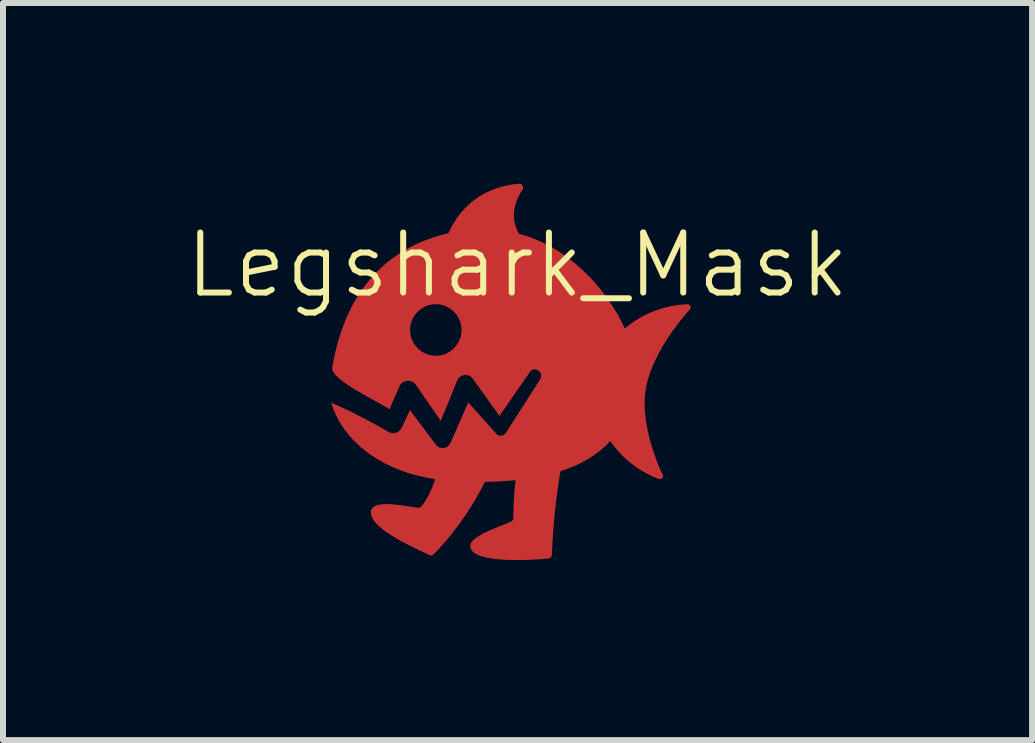
<source format=kicad_pcb>
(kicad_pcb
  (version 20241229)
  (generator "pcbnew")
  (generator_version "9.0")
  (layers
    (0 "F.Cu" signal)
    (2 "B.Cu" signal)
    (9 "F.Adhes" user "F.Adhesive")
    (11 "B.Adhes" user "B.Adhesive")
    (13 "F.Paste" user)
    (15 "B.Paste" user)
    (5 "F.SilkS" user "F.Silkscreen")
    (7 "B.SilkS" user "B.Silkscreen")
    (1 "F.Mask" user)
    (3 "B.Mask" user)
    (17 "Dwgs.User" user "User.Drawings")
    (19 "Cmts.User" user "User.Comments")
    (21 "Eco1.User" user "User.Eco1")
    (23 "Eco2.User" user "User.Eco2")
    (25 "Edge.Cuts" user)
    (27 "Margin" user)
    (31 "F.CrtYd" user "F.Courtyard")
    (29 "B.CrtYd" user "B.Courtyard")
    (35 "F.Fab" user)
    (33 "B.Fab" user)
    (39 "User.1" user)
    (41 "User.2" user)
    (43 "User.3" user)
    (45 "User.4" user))
  (footprint "Legshark_Mask"
    (layer "F.Cu")
    (at 5.153 3.346)
    (property "Reference" "Legshark_Mask" (at 0.42 -1.979 0) (unlocked yes) (layer "F.SilkS") (effects (font (size 1 1) (thickness 0.1))))
    (fp_poly (pts (xy 3.252 -1.326) (xy 3.256 -1.326) (xy 3.26 -1.325) (xy 3.264 -1.324) (xy 3.268 -1.323) (xy 3.271 -1.322) (xy 3.275 -1.32) (xy 3.278 -1.319) (xy 3.281 -1.317) (xy 3.284 -1.315) (xy 3.287 -1.313) (xy 3.29 -1.31) (xy 3.292 -1.308) (xy 3.295 -1.305) (xy 3.297 -1.302) (xy 3.299 -1.299) (xy 3.301 -1.296) (xy 3.302 -1.293) (xy 3.304 -1.29) (xy 3.305 -1.287) (xy 3.306 -1.284) (xy 3.307 -1.28) (xy 3.307 -1.277) (xy 3.307 -1.273) (xy 3.307 -1.27) (xy 3.307 -1.266) (xy 3.306 -1.263) (xy 3.305 -1.259) (xy 3.304 -1.256) (xy 3.303 -1.252) (xy 3.301 -1.249) (xy 3.301 -1.249) (xy 3.204 -1.139) (xy 3.102 -1.012) (xy 2.982 -0.847) (xy 2.918 -0.753) (xy 2.855 -0.652) (xy 2.793 -0.545) (xy 2.734 -0.432) (xy 2.681 -0.316) (xy 2.633 -0.197) (xy 2.594 -0.075) (xy 2.564 0.048) (xy 2.554 0.11) (xy 2.546 0.173) (xy 2.541 0.237) (xy 2.539 0.301) (xy 2.539 0.365) (xy 2.542 0.429) (xy 2.547 0.493) (xy 2.553 0.557) (xy 2.562 0.62) (xy 2.572 0.683) (xy 2.596 0.805) (xy 2.624 0.923) (xy 2.656 1.035) (xy 2.689 1.138) (xy 2.722 1.233) (xy 2.753 1.317) (xy 2.782 1.389) (xy 2.827 1.491) (xy 2.845 1.527) (xy 2.845 1.531) (xy 2.845 1.535) (xy 2.845 1.539) (xy 2.845 1.542) (xy 2.845 1.546) (xy 2.844 1.549) (xy 2.843 1.552) (xy 2.842 1.556) (xy 2.84 1.559) (xy 2.838 1.562) (xy 2.836 1.565) (xy 2.834 1.567) (xy 2.832 1.57) (xy 2.83 1.572) (xy 2.827 1.575) (xy 2.824 1.577) (xy 2.821 1.579) (xy 2.818 1.581) (xy 2.815 1.582) (xy 2.811 1.584) (xy 2.808 1.585) (xy 2.804 1.586) (xy 2.801 1.587) (xy 2.797 1.587) (xy 2.793 1.588) (xy 2.789 1.588) (xy 2.785 1.588) (xy 2.782 1.587) (xy 2.778 1.587) (xy 2.774 1.586) (xy 2.77 1.585) (xy 2.766 1.583) (xy 2.637 1.528) (xy 2.515 1.463) (xy 2.4 1.39) (xy 2.292 1.309) (xy 2.192 1.22) (xy 2.1 1.125) (xy 2.016 1.024) (xy 1.942 0.917) (xy 1.878 0.805) (xy 1.823 0.689) (xy 1.8 0.629) (xy 1.779 0.569) (xy 1.761 0.507) (xy 1.746 0.445) (xy 1.733 0.382) (xy 1.724 0.318) (xy 1.717 0.254) (xy 1.714 0.189) (xy 1.713 0.124) (xy 1.716 0.058) (xy 1.721 -0.008) (xy 1.73 -0.074) (xy 1.742 -0.14) (xy 1.758 -0.205) (xy 1.776 -0.268) (xy 1.797 -0.33) (xy 1.821 -0.391) (xy 1.847 -0.451) (xy 1.876 -0.508) (xy 1.908 -0.565) (xy 1.942 -0.619) (xy 1.979 -0.672) (xy 2.018 -0.724) (xy 2.059 -0.773) (xy 2.148 -0.867) (xy 2.246 -0.954) (xy 2.35 -1.032) (xy 2.462 -1.102) (xy 2.58 -1.164) (xy 2.704 -1.216) (xy 2.833 -1.259) (xy 2.966 -1.292) (xy 3.103 -1.315) (xy 3.244 -1.327) (xy 3.248 -1.327)) (stroke (width 0) (type solid)) (fill yes) (layer "F.Cu"))
    (fp_poly (pts (xy 0.456 -3.334) (xy 0.461 -3.334) (xy 0.465 -3.333) (xy 0.469 -3.332) (xy 0.474 -3.33) (xy 0.478 -3.328) (xy 0.481 -3.326) (xy 0.485 -3.324) (xy 0.488 -3.321) (xy 0.492 -3.319) (xy 0.495 -3.316) (xy 0.497 -3.313) (xy 0.5 -3.309) (xy 0.502 -3.306) (xy 0.505 -3.302) (xy 0.507 -3.298) (xy 0.508 -3.294) (xy 0.51 -3.29) (xy 0.511 -3.286) (xy 0.512 -3.282) (xy 0.512 -3.278) (xy 0.513 -3.273) (xy 0.513 -3.269) (xy 0.513 -3.264) (xy 0.512 -3.26) (xy 0.511 -3.255) (xy 0.51 -3.251) (xy 0.508 -3.247) (xy 0.507 -3.242) (xy 0.504 -3.238) (xy 0.502 -3.234) (xy 0.483 -3.205) (xy 0.464 -3.173) (xy 0.446 -3.138) (xy 0.428 -3.1) (xy 0.411 -3.06) (xy 0.396 -3.017) (xy 0.383 -2.973) (xy 0.372 -2.927) (xy 0.365 -2.878) (xy 0.361 -2.829) (xy 0.362 -2.778) (xy 0.364 -2.752) (xy 0.367 -2.725) (xy 0.371 -2.699) (xy 0.377 -2.672) (xy 0.384 -2.645) (xy 0.392 -2.618) (xy 0.402 -2.59) (xy 0.414 -2.563) (xy 0.427 -2.535) (xy 0.442 -2.507) (xy 0.443 -2.506) (xy 0.443 -2.505) (xy 0.444 -2.504) (xy 0.445 -2.503) (xy 0.445 -2.502) (xy 0.446 -2.5) (xy 0.446 -2.499) (xy 0.447 -2.498) (xy 0.519 -2.479) (xy 0.59 -2.457) (xy 0.732 -2.404) (xy 0.871 -2.341) (xy 1.006 -2.268) (xy 1.139 -2.186) (xy 1.267 -2.095) (xy 1.391 -1.997) (xy 1.51 -1.891) (xy 1.623 -1.78) (xy 1.731 -1.662) (xy 1.832 -1.539) (xy 1.927 -1.412) (xy 2.014 -1.281) (xy 2.094 -1.148) (xy 2.166 -1.012) (xy 2.229 -0.874) (xy 2.23 -0.874) (xy 2.188 0.618) (xy 2.149 0.694) (xy 2.106 0.767) (xy 2.059 0.837) (xy 2.008 0.903) (xy 1.954 0.966) (xy 1.896 1.026) (xy 1.834 1.082) (xy 1.769 1.136) (xy 1.7 1.186) (xy 1.629 1.233) (xy 1.554 1.277) (xy 1.476 1.319) (xy 1.396 1.357) (xy 1.312 1.393) (xy 1.226 1.426) (xy 1.137 1.456) (xy 1.118 1.566) (xy 1.101 1.677) (xy 1.071 1.894) (xy 1.047 2.103) (xy 1.028 2.299) (xy 1.014 2.476) (xy 1.004 2.629) (xy 0.994 2.846) (xy 0.994 2.849) (xy 0.993 2.853) (xy 0.993 2.856) (xy 0.992 2.859) (xy 0.991 2.862) (xy 0.99 2.866) (xy 0.989 2.869) (xy 0.988 2.872) (xy 0.987 2.875) (xy 0.985 2.877) (xy 0.984 2.88) (xy 0.982 2.883) (xy 0.98 2.885) (xy 0.978 2.888) (xy 0.976 2.89) (xy 0.974 2.892) (xy 0.972 2.895) (xy 0.97 2.897) (xy 0.967 2.899) (xy 0.965 2.9) (xy 0.962 2.902) (xy 0.959 2.904) (xy 0.957 2.905) (xy 0.954 2.906) (xy 0.951 2.908) (xy 0.948 2.909) (xy 0.945 2.91) (xy 0.942 2.91) (xy 0.939 2.911) (xy 0.936 2.911) (xy 0.932 2.912) (xy 0.929 2.912) (xy 0.75 2.926) (xy 0.563 2.934) (xy 0.345 2.936) (xy 0.232 2.933) (xy 0.12 2.926) (xy 0.012 2.914) (xy -0.088 2.897) (xy -0.178 2.874) (xy -0.218 2.859) (xy -0.254 2.843) (xy -0.285 2.826) (xy -0.313 2.806) (xy -0.335 2.784) (xy -0.352 2.76) (xy -0.36 2.743) (xy -0.365 2.726) (xy -0.367 2.709) (xy -0.366 2.693) (xy -0.363 2.676) (xy -0.357 2.66) (xy -0.348 2.644) (xy -0.338 2.629) (xy -0.325 2.613) (xy -0.31 2.598) (xy -0.274 2.568) (xy -0.231 2.539) (xy -0.183 2.51) (xy -0.129 2.482) (xy -0.072 2.455) (xy 0.049 2.403) (xy 0.293 2.304) (xy 0.299 2.302) (xy 0.305 2.299) (xy 0.311 2.296) (xy 0.316 2.293) (xy 0.321 2.29) (xy 0.326 2.286) (xy 0.331 2.282) (xy 0.336 2.278) (xy 0.338 2.276) (xy 0.34 2.274) (xy 0.341 2.272) (xy 0.343 2.269) (xy 0.345 2.267) (xy 0.346 2.264) (xy 0.347 2.262) (xy 0.349 2.259) (xy 0.35 2.256) (xy 0.351 2.254) (xy 0.351 2.251) (xy 0.352 2.248) (xy 0.353 2.245) (xy 0.353 2.241) (xy 0.353 2.238) (xy 0.353 2.235) (xy 0.352 2.17) (xy 0.353 2.101) (xy 0.355 2.027) (xy 0.359 1.949) (xy 0.364 1.867) (xy 0.37 1.782) (xy 0.387 1.605) (xy 0.325 1.611) (xy 0.263 1.616) (xy 0.2 1.621) (xy 0.136 1.625) (xy 0.008 1.63) (xy -0.122 1.634) (xy -0.185 1.756) (xy -0.25 1.872) (xy -0.315 1.983) (xy -0.381 2.088) (xy -0.446 2.186) (xy -0.51 2.279) (xy -0.572 2.365) (xy -0.633 2.445) (xy -0.69 2.519) (xy -0.745 2.586) (xy -0.796 2.646) (xy -0.843 2.699) (xy -0.923 2.786) (xy -0.98 2.843) (xy -0.983 2.847) (xy -0.987 2.85) (xy -0.991 2.853) (xy -0.996 2.855) (xy -1 2.857) (xy -1.005 2.859) (xy -1.009 2.86) (xy -1.014 2.861) (xy -1.019 2.861) (xy -1.023 2.861) (xy -1.028 2.861) (xy -1.033 2.86) (xy -1.038 2.859) (xy -1.042 2.858) (xy -1.047 2.856) (xy -1.051 2.854) (xy -1.143 2.808) (xy -1.277 2.744) (xy -1.437 2.664) (xy -1.522 2.619) (xy -1.606 2.571) (xy -1.688 2.521) (xy -1.766 2.469) (xy -1.838 2.415) (xy -1.871 2.388) (xy -1.901 2.361) (xy -1.928 2.333) (xy -1.953 2.305) (xy -1.974 2.277) (xy -1.992 2.249) (xy -2.006 2.221) (xy -2.016 2.194) (xy -2.022 2.166) (xy -2.023 2.138) (xy -2.021 2.119) (xy -2.016 2.102) (xy -2.009 2.087) (xy -2 2.073) (xy -1.989 2.06) (xy -1.975 2.049) (xy -1.959 2.04) (xy -1.942 2.031) (xy -1.923 2.024) (xy -1.902 2.018) (xy -1.857 2.01) (xy -1.806 2.005) (xy -1.75 2.004) (xy -1.691 2.006) (xy -1.63 2.011) (xy -1.503 2.025) (xy -1.256 2.063) (xy -1.251 2.064) (xy -1.246 2.064) (xy -1.241 2.065) (xy -1.236 2.065) (xy -1.231 2.065) (xy -1.226 2.065) (xy -1.222 2.064) (xy -1.217 2.064) (xy -1.213 2.063) (xy -1.208 2.061) (xy -1.206 2.061) (xy -1.204 2.06) (xy -1.202 2.059) (xy -1.2 2.058) (xy -1.198 2.056) (xy -1.196 2.055) (xy -1.194 2.054) (xy -1.192 2.052) (xy -1.19 2.051) (xy -1.189 2.049) (xy -1.187 2.047) (xy -1.185 2.045) (xy -1.166 2.022) (xy -1.148 1.997) (xy -1.13 1.972) (xy -1.113 1.946) (xy -1.097 1.919) (xy -1.081 1.892) (xy -1.066 1.864) (xy -1.051 1.835) (xy -1.037 1.805) (xy -1.023 1.776) (xy -0.997 1.714) (xy -0.974 1.652) (xy -0.952 1.588) (xy -1.102 1.562) (xy -1.25 1.529) (xy -1.394 1.488) (xy -1.534 1.439) (xy -1.67 1.383) (xy -1.8 1.32) (xy -1.924 1.249) (xy -1.984 1.211) (xy -2.042 1.171) (xy -2.099 1.13) (xy -2.153 1.087) (xy -2.206 1.042) (xy -2.257 0.995) (xy -2.305 0.947) (xy -2.352 0.897) (xy -2.396 0.846) (xy -2.438 0.793) (xy -2.478 0.738) (xy -2.515 0.682) (xy -2.55 0.625) (xy -2.582 0.566) (xy -2.612 0.505) (xy -2.639 0.443) (xy -2.663 0.38) (xy -2.684 0.315) (xy -2.602 0.35) (xy -2.519 0.387) (xy -2.435 0.426) (xy -2.351 0.467) (xy -2.189 0.548) (xy -2.04 0.627) (xy -1.912 0.697) (xy -1.81 0.753) (xy -1.721 0.804) (xy -1.705 0.811) (xy -1.698 0.814) (xy -1.691 0.816) (xy -1.684 0.818) (xy -1.677 0.819) (xy -1.67 0.821) (xy -1.663 0.821) (xy -1.655 0.822) (xy -1.648 0.822) (xy -1.641 0.822) (xy -1.634 0.821) (xy -1.627 0.821) (xy -1.62 0.819) (xy -1.613 0.818) (xy -1.607 0.816) (xy -1.6 0.814) (xy -1.593 0.811) (xy -1.587 0.809) (xy -1.58 0.806) (xy -1.574 0.802) (xy -1.568 0.798) (xy -1.562 0.794) (xy -1.556 0.79) (xy -1.551 0.786) (xy -1.545 0.781) (xy -1.54 0.776) (xy -1.535 0.77) (xy -1.531 0.765) (xy -1.526 0.759) (xy -1.522 0.752) (xy -1.518 0.746) (xy -1.514 0.739) (xy -1.51 0.732) (xy -1.371 0.437) (xy -0.941 1.013) (xy -0.936 1.019) (xy -0.931 1.025) (xy -0.926 1.031) (xy -0.92 1.036) (xy -0.914 1.041) (xy -0.908 1.045) (xy -0.902 1.049) (xy -0.895 1.053) (xy -0.888 1.056) (xy -0.882 1.059) (xy -0.875 1.062) (xy -0.868 1.064) (xy -0.86 1.066) (xy -0.853 1.067) (xy -0.846 1.068) (xy -0.839 1.069) (xy -0.833 1.069) (xy -0.828 1.069) (xy -0.822 1.069) (xy -0.817 1.069) (xy -0.811 1.068) (xy -0.806 1.068) (xy -0.801 1.067) (xy -0.795 1.066) (xy -0.79 1.064) (xy -0.785 1.063) (xy -0.78 1.061) (xy -0.774 1.059) (xy -0.769 1.057) (xy -0.764 1.055) (xy -0.759 1.053) (xy -0.755 1.05) (xy -0.75 1.047) (xy -0.745 1.044) (xy -0.741 1.041) (xy -0.736 1.037) (xy -0.732 1.034) (xy -0.728 1.03) (xy -0.724 1.026) (xy -0.72 1.022) (xy -0.716 1.018) (xy -0.713 1.013) (xy -0.709 1.008) (xy -0.706 1.003) (xy -0.703 0.998) (xy -0.7 0.993) (xy -0.698 0.988) (xy -0.695 0.982) (xy -0.529 0.603) (xy -0.4 0.309) (xy -0.059 0.691) (xy 0.058 0.823) (xy 0.063 0.828) (xy 0.066 0.832) (xy 0.069 0.835) (xy 0.072 0.838) (xy 0.076 0.841) (xy 0.079 0.844) (xy 0.083 0.846) (xy 0.086 0.849) (xy 0.09 0.851) (xy 0.098 0.855) (xy 0.106 0.858) (xy 0.114 0.86) (xy 0.122 0.862) (xy 0.13 0.863) (xy 0.139 0.863) (xy 0.147 0.863) (xy 0.155 0.862) (xy 0.164 0.861) (xy 0.172 0.859) (xy 0.18 0.856) (xy 0.187 0.852) (xy 0.191 0.85) (xy 0.195 0.848) (xy 0.199 0.846) (xy 0.203 0.843) (xy 0.207 0.84) (xy 0.21 0.837) (xy 0.214 0.834) (xy 0.217 0.831) (xy 0.22 0.828) (xy 0.223 0.824) (xy 0.226 0.821) (xy 0.229 0.817) (xy 0.231 0.813) (xy 0.234 0.808) (xy 0.236 0.804) (xy 0.238 0.799) (xy 0.804 -0.085) (xy 0.808 -0.097) (xy 0.812 -0.109) (xy 0.813 -0.121) (xy 0.814 -0.132) (xy 0.814 -0.144) (xy 0.812 -0.154) (xy 0.81 -0.164) (xy 0.806 -0.174) (xy 0.802 -0.183) (xy 0.797 -0.192) (xy 0.791 -0.2) (xy 0.785 -0.207) (xy 0.778 -0.214) (xy 0.77 -0.22) (xy 0.762 -0.225) (xy 0.753 -0.23) (xy 0.744 -0.234) (xy 0.735 -0.237) (xy 0.726 -0.239) (xy 0.716 -0.241) (xy 0.707 -0.241) (xy 0.697 -0.241) (xy 0.688 -0.24) (xy 0.678 -0.237) (xy 0.669 -0.234) (xy 0.66 -0.229) (xy 0.651 -0.224) (xy 0.643 -0.217) (xy 0.635 -0.21) (xy 0.627 -0.201) (xy 0.62 -0.191) (xy 0.614 -0.179) (xy 0.12 0.535) (xy -0.325 -0.085) (xy -0.331 -0.094) (xy -0.338 -0.102) (xy -0.346 -0.11) (xy -0.354 -0.116) (xy -0.362 -0.123) (xy -0.371 -0.128) (xy -0.38 -0.133) (xy -0.389 -0.137) (xy -0.398 -0.14) (xy -0.408 -0.143) (xy -0.418 -0.145) (xy -0.427 -0.147) (xy -0.437 -0.147) (xy -0.447 -0.148) (xy -0.457 -0.147) (xy -0.467 -0.146) (xy -0.476 -0.144) (xy -0.486 -0.142) (xy -0.495 -0.139) (xy -0.505 -0.135) (xy -0.514 -0.131) (xy -0.522 -0.126) (xy -0.531 -0.121) (xy -0.539 -0.115) (xy -0.547 -0.109) (xy -0.554 -0.101) (xy -0.561 -0.094) (xy -0.567 -0.085) (xy -0.573 -0.076) (xy -0.578 -0.067) (xy -0.583 -0.057) (xy -0.587 -0.047) (xy -0.859 0.617) (xy -1.273 0.017) (xy -1.279 0.008) (xy -1.287 -0.001) (xy -1.294 -0.009) (xy -1.302 -0.016) (xy -1.311 -0.023) (xy -1.32 -0.028) (xy -1.329 -0.034) (xy -1.338 -0.038) (xy -1.348 -0.042) (xy -1.358 -0.045) (xy -1.368 -0.048) (xy -1.378 -0.05) (xy -1.388 -0.051) (xy -1.398 -0.052) (xy -1.409 -0.052) (xy -1.419 -0.051) (xy -1.429 -0.049) (xy -1.439 -0.047) (xy -1.449 -0.045) (xy -1.459 -0.041) (xy -1.469 -0.037) (xy -1.478 -0.033) (xy -1.487 -0.028) (xy -1.496 -0.022) (xy -1.504 -0.016) (xy -1.512 -0.008) (xy -1.52 -0.001) (xy -1.527 0.007) (xy -1.533 0.016) (xy -1.539 0.026) (xy -1.545 0.036) (xy -1.55 0.047) (xy -1.713 0.425) (xy -1.751 0.399) (xy -1.804 0.368) (xy -1.938 0.293) (xy -2.098 0.205) (xy -2.266 0.108) (xy -2.348 0.057) (xy -2.425 0.007) (xy -2.495 -0.044) (xy -2.557 -0.094) (xy -2.583 -0.118) (xy -2.606 -0.142) (xy -2.627 -0.166) (xy -2.643 -0.189) (xy -2.656 -0.212) (xy -2.664 -0.233) (xy -2.668 -0.254) (xy -2.667 -0.275) (xy -2.623 -0.498) (xy -2.569 -0.711) (xy -2.509 -0.898) (xy -1.37 -0.898) (xy -1.369 -0.874) (xy -1.367 -0.851) (xy -1.364 -0.828) (xy -1.36 -0.805) (xy -1.354 -0.783) (xy -1.348 -0.761) (xy -1.34 -0.74) (xy -1.331 -0.719) (xy -1.321 -0.699) (xy -1.31 -0.679) (xy -1.298 -0.66) (xy -1.286 -0.642) (xy -1.272 -0.624) (xy -1.257 -0.608) (xy -1.242 -0.592) (xy -1.226 -0.576) (xy -1.209 -0.562) (xy -1.191 -0.549) (xy -1.173 -0.536) (xy -1.154 -0.524) (xy -1.134 -0.514) (xy -1.114 -0.504) (xy -1.093 -0.496) (xy -1.072 -0.488) (xy -1.05 -0.482) (xy -1.028 -0.477) (xy -1.005 -0.472) (xy -0.982 -0.47) (xy -0.958 -0.468) (xy -0.935 -0.468) (xy -0.911 -0.469) (xy -0.891 -0.471) (xy -0.871 -0.473) (xy -0.852 -0.477) (xy -0.833 -0.482) (xy -0.814 -0.487) (xy -0.796 -0.493) (xy -0.778 -0.5) (xy -0.76 -0.508) (xy -0.743 -0.517) (xy -0.726 -0.526) (xy -0.71 -0.536) (xy -0.694 -0.547) (xy -0.679 -0.558) (xy -0.664 -0.57) (xy -0.65 -0.583) (xy -0.637 -0.596) (xy -0.624 -0.61) (xy -0.611 -0.624) (xy -0.599 -0.639) (xy -0.588 -0.654) (xy -0.578 -0.67) (xy -0.568 -0.687) (xy -0.559 -0.704) (xy -0.551 -0.721) (xy -0.543 -0.739) (xy -0.536 -0.757) (xy -0.53 -0.775) (xy -0.525 -0.794) (xy -0.521 -0.813) (xy -0.518 -0.832) (xy -0.515 -0.852) (xy -0.514 -0.872) (xy -0.513 -0.896) (xy -0.513 -0.92) (xy -0.515 -0.944) (xy -0.518 -0.967) (xy -0.523 -0.99) (xy -0.528 -1.012) (xy -0.535 -1.034) (xy -0.543 -1.055) (xy -0.551 -1.076) (xy -0.561 -1.096) (xy -0.572 -1.115) (xy -0.584 -1.134) (xy -0.597 -1.153) (xy -0.61 -1.17) (xy -0.625 -1.187) (xy -0.64 -1.203) (xy -0.657 -1.218) (xy -0.673 -1.232) (xy -0.691 -1.246) (xy -0.709 -1.258) (xy -0.729 -1.27) (xy -0.748 -1.281) (xy -0.768 -1.29) (xy -0.789 -1.299) (xy -0.811 -1.306) (xy -0.832 -1.313) (xy -0.855 -1.318) (xy -0.877 -1.322) (xy -0.901 -1.325) (xy -0.924 -1.326) (xy -0.948 -1.327) (xy -0.972 -1.326) (xy -0.992 -1.324) (xy -1.011 -1.321) (xy -1.031 -1.317) (xy -1.05 -1.313) (xy -1.068 -1.307) (xy -1.087 -1.301) (xy -1.105 -1.294) (xy -1.122 -1.286) (xy -1.139 -1.278) (xy -1.156 -1.269) (xy -1.172 -1.259) (xy -1.188 -1.248) (xy -1.203 -1.237) (xy -1.218 -1.225) (xy -1.232 -1.212) (xy -1.246 -1.199) (xy -1.259 -1.185) (xy -1.271 -1.17) (xy -1.283 -1.155) (xy -1.294 -1.14) (xy -1.305 -1.124) (xy -1.314 -1.108) (xy -1.324 -1.091) (xy -1.332 -1.074) (xy -1.339 -1.056) (xy -1.346 -1.038) (xy -1.352 -1.019) (xy -1.357 -1) (xy -1.361 -0.981) (xy -1.365 -0.962) (xy -1.367 -0.942) (xy -1.369 -0.922) (xy -1.37 -0.898) (xy -2.509 -0.898) (xy -2.504 -0.913) (xy -2.428 -1.105) (xy -2.386 -1.196) (xy -2.342 -1.285) (xy -2.295 -1.371) (xy -2.246 -1.455) (xy -2.194 -1.535) (xy -2.139 -1.613) (xy -2.082 -1.687) (xy -2.022 -1.759) (xy -1.96 -1.828) (xy -1.895 -1.895) (xy -1.828 -1.958) (xy -1.758 -2.018) (xy -1.686 -2.076) (xy -1.611 -2.13) (xy -1.534 -2.181) (xy -1.454 -2.23) (xy -1.372 -2.275) (xy -1.288 -2.318) (xy -1.201 -2.357) (xy -1.112 -2.394) (xy -1.02 -2.427) (xy -0.926 -2.457) (xy -0.83 -2.485) (xy -0.731 -2.509) (xy -0.686 -2.604) (xy -0.655 -2.661) (xy -0.618 -2.721) (xy -0.575 -2.784) (xy -0.524 -2.849) (xy -0.466 -2.915) (xy -0.401 -2.98) (xy -0.327 -3.043) (xy -0.245 -3.103) (xy -0.2 -3.132) (xy -0.154 -3.159) (xy -0.105 -3.185) (xy -0.054 -3.209) (xy 0.000046 -3.232) (xy 0.056 -3.253) (xy 0.115 -3.272) (xy 0.176 -3.29) (xy 0.24 -3.304) (xy 0.306 -3.317) (xy 0.375 -3.327) (xy 0.447 -3.334) (xy 0.452 -3.334)) (stroke (width 0) (type solid)) (fill yes) (layer "F.Cu"))
    (fp_poly (pts (xy 3.252 -1.339) (xy 3.256 -1.338) (xy 3.26 -1.338) (xy 3.264 -1.337) (xy 3.268 -1.336) (xy 3.271 -1.334) (xy 3.275 -1.333) (xy 3.278 -1.331) (xy 3.281 -1.329) (xy 3.284 -1.327) (xy 3.287 -1.325) (xy 3.29 -1.322) (xy 3.292 -1.32) (xy 3.295 -1.317) (xy 3.297 -1.314) (xy 3.299 -1.312) (xy 3.301 -1.309) (xy 3.302 -1.305) (xy 3.304 -1.302) (xy 3.305 -1.299) (xy 3.306 -1.296) (xy 3.307 -1.292) (xy 3.307 -1.289) (xy 3.307 -1.286) (xy 3.307 -1.282) (xy 3.307 -1.279) (xy 3.306 -1.275) (xy 3.305 -1.272) (xy 3.304 -1.268) (xy 3.303 -1.265) (xy 3.301 -1.261) (xy 3.301 -1.261) (xy 3.204 -1.151) (xy 3.102 -1.025) (xy 2.982 -0.86) (xy 2.918 -0.765) (xy 2.855 -0.664) (xy 2.793 -0.557) (xy 2.734 -0.445) (xy 2.681 -0.328) (xy 2.633 -0.209) (xy 2.594 -0.087) (xy 2.564 0.036) (xy 2.554 0.098) (xy 2.546 0.161) (xy 2.541 0.225) (xy 2.539 0.288) (xy 2.539 0.353) (xy 2.542 0.417) (xy 2.547 0.481) (xy 2.553 0.545) (xy 2.562 0.608) (xy 2.572 0.671) (xy 2.596 0.793) (xy 2.624 0.911) (xy 2.656 1.022) (xy 2.689 1.126) (xy 2.722 1.221) (xy 2.753 1.305) (xy 2.782 1.376) (xy 2.827 1.478) (xy 2.845 1.515) (xy 2.845 1.519) (xy 2.845 1.523) (xy 2.845 1.526) (xy 2.845 1.53) (xy 2.845 1.533) (xy 2.844 1.537) (xy 2.843 1.54) (xy 2.842 1.543) (xy 2.84 1.547) (xy 2.838 1.55) (xy 2.836 1.552) (xy 2.834 1.555) (xy 2.832 1.558) (xy 2.83 1.56) (xy 2.827 1.563) (xy 2.824 1.565) (xy 2.821 1.567) (xy 2.818 1.568) (xy 2.815 1.57) (xy 2.811 1.571) (xy 2.808 1.573) (xy 2.804 1.574) (xy 2.801 1.574) (xy 2.797 1.575) (xy 2.793 1.575) (xy 2.789 1.576) (xy 2.785 1.575) (xy 2.782 1.575) (xy 2.778 1.574) (xy 2.774 1.574) (xy 2.77 1.572) (xy 2.766 1.571) (xy 2.637 1.515) (xy 2.515 1.451) (xy 2.4 1.377) (xy 2.292 1.297) (xy 2.192 1.208) (xy 2.1 1.113) (xy 2.016 1.012) (xy 1.942 0.905) (xy 1.878 0.793) (xy 1.823 0.677) (xy 1.8 0.617) (xy 1.779 0.556) (xy 1.761 0.495) (xy 1.746 0.432) (xy 1.733 0.369) (xy 1.724 0.306) (xy 1.717 0.241) (xy 1.714 0.177) (xy 1.713 0.111) (xy 1.716 0.046) (xy 1.721 -0.02) (xy 1.73 -0.086) (xy 1.742 -0.152) (xy 1.758 -0.217) (xy 1.776 -0.281) (xy 1.797 -0.343) (xy 1.821 -0.403) (xy 1.847 -0.463) (xy 1.876 -0.521) (xy 1.908 -0.577) (xy 1.942 -0.632) (xy 1.979 -0.685) (xy 2.018 -0.736) (xy 2.059 -0.786) (xy 2.148 -0.88) (xy 2.246 -0.966) (xy 2.35 -1.044) (xy 2.462 -1.115) (xy 2.58 -1.176) (xy 2.704 -1.228) (xy 2.833 -1.271) (xy 2.966 -1.304) (xy 3.103 -1.327) (xy 3.244 -1.339) (xy 3.248 -1.339)) (stroke (width 0) (type solid)) (fill yes) (layer "F.Mask"))
    (fp_poly (pts (xy 0.456 -3.346) (xy 0.461 -3.346) (xy 0.465 -3.345) (xy 0.469 -3.344) (xy 0.474 -3.342) (xy 0.478 -3.341) (xy 0.481 -3.339) (xy 0.485 -3.336) (xy 0.488 -3.334) (xy 0.492 -3.331) (xy 0.495 -3.328) (xy 0.497 -3.325) (xy 0.5 -3.321) (xy 0.502 -3.318) (xy 0.505 -3.314) (xy 0.507 -3.31) (xy 0.508 -3.306) (xy 0.51 -3.302) (xy 0.511 -3.298) (xy 0.512 -3.294) (xy 0.512 -3.29) (xy 0.513 -3.285) (xy 0.513 -3.281) (xy 0.513 -3.277) (xy 0.512 -3.272) (xy 0.511 -3.268) (xy 0.51 -3.263) (xy 0.508 -3.259) (xy 0.507 -3.255) (xy 0.504 -3.25) (xy 0.502 -3.246) (xy 0.483 -3.217) (xy 0.464 -3.185) (xy 0.446 -3.15) (xy 0.428 -3.112) (xy 0.411 -3.072) (xy 0.396 -3.03) (xy 0.383 -2.985) (xy 0.372 -2.939) (xy 0.365 -2.891) (xy 0.361 -2.841) (xy 0.362 -2.79) (xy 0.364 -2.764) (xy 0.367 -2.738) (xy 0.371 -2.711) (xy 0.377 -2.684) (xy 0.384 -2.657) (xy 0.392 -2.63) (xy 0.402 -2.603) (xy 0.414 -2.575) (xy 0.427 -2.547) (xy 0.442 -2.52) (xy 0.443 -2.519) (xy 0.443 -2.517) (xy 0.444 -2.516) (xy 0.445 -2.515) (xy 0.445 -2.514) (xy 0.446 -2.513) (xy 0.446 -2.511) (xy 0.447 -2.51) (xy 0.519 -2.491) (xy 0.59 -2.469) (xy 0.732 -2.416) (xy 0.871 -2.353) (xy 1.006 -2.28) (xy 1.139 -2.198) (xy 1.267 -2.108) (xy 1.391 -2.009) (xy 1.51 -1.904) (xy 1.623 -1.792) (xy 1.731 -1.674) (xy 1.832 -1.551) (xy 1.927 -1.424) (xy 2.014 -1.294) (xy 2.094 -1.16) (xy 2.166 -1.024) (xy 2.229 -0.886) (xy 2.23 -0.886) (xy 2.188 0.605) (xy 2.149 0.682) (xy 2.106 0.755) (xy 2.059 0.825) (xy 2.008 0.891) (xy 1.954 0.954) (xy 1.896 1.014) (xy 1.834 1.07) (xy 1.769 1.124) (xy 1.7 1.174) (xy 1.629 1.221) (xy 1.554 1.265) (xy 1.476 1.306) (xy 1.396 1.345) (xy 1.312 1.38) (xy 1.226 1.413) (xy 1.137 1.444) (xy 1.118 1.554) (xy 1.101 1.665) (xy 1.071 1.882) (xy 1.047 2.091) (xy 1.028 2.286) (xy 1.014 2.463) (xy 1.004 2.617) (xy 0.994 2.834) (xy 0.994 2.837) (xy 0.993 2.84) (xy 0.993 2.844) (xy 0.992 2.847) (xy 0.991 2.85) (xy 0.99 2.853) (xy 0.989 2.856) (xy 0.988 2.859) (xy 0.987 2.862) (xy 0.985 2.865) (xy 0.984 2.868) (xy 0.982 2.871) (xy 0.98 2.873) (xy 0.978 2.876) (xy 0.976 2.878) (xy 0.974 2.88) (xy 0.972 2.882) (xy 0.97 2.884) (xy 0.967 2.886) (xy 0.965 2.888) (xy 0.962 2.89) (xy 0.959 2.891) (xy 0.957 2.893) (xy 0.954 2.894) (xy 0.951 2.895) (xy 0.948 2.896) (xy 0.945 2.897) (xy 0.942 2.898) (xy 0.939 2.899) (xy 0.936 2.899) (xy 0.932 2.899) (xy 0.929 2.899) (xy 0.75 2.914) (xy 0.563 2.922) (xy 0.345 2.924) (xy 0.232 2.921) (xy 0.12 2.914) (xy 0.012 2.902) (xy -0.088 2.885) (xy -0.178 2.861) (xy -0.218 2.847) (xy -0.254 2.831) (xy -0.285 2.813) (xy -0.313 2.794) (xy -0.335 2.772) (xy -0.352 2.748) (xy -0.36 2.73) (xy -0.365 2.714) (xy -0.367 2.697) (xy -0.366 2.68) (xy -0.363 2.664) (xy -0.357 2.648) (xy -0.348 2.632) (xy -0.338 2.616) (xy -0.325 2.601) (xy -0.31 2.586) (xy -0.274 2.556) (xy -0.231 2.526) (xy -0.183 2.498) (xy -0.129 2.47) (xy -0.072 2.443) (xy 0.049 2.39) (xy 0.293 2.292) (xy 0.299 2.29) (xy 0.305 2.287) (xy 0.311 2.284) (xy 0.316 2.281) (xy 0.321 2.278) (xy 0.326 2.274) (xy 0.331 2.27) (xy 0.336 2.266) (xy 0.338 2.264) (xy 0.34 2.262) (xy 0.341 2.259) (xy 0.343 2.257) (xy 0.345 2.255) (xy 0.346 2.252) (xy 0.347 2.25) (xy 0.349 2.247) (xy 0.35 2.244) (xy 0.351 2.241) (xy 0.351 2.238) (xy 0.352 2.235) (xy 0.353 2.232) (xy 0.353 2.229) (xy 0.353 2.226) (xy 0.353 2.223) (xy 0.352 2.158) (xy 0.353 2.089) (xy 0.355 2.015) (xy 0.359 1.937) (xy 0.364 1.855) (xy 0.37 1.77) (xy 0.387 1.593) (xy 0.325 1.599) (xy 0.263 1.604) (xy 0.2 1.609) (xy 0.136 1.613) (xy 0.008 1.618) (xy -0.122 1.621) (xy -0.185 1.744) (xy -0.25 1.86) (xy -0.315 1.971) (xy -0.381 2.075) (xy -0.446 2.174) (xy -0.51 2.267) (xy -0.572 2.353) (xy -0.633 2.433) (xy -0.69 2.506) (xy -0.745 2.573) (xy -0.796 2.634) (xy -0.843 2.687) (xy -0.923 2.773) (xy -0.98 2.831) (xy -0.983 2.835) (xy -0.987 2.838) (xy -0.991 2.84) (xy -0.996 2.843) (xy -1 2.845) (xy -1.005 2.846) (xy -1.009 2.848) (xy -1.014 2.848) (xy -1.019 2.849) (xy -1.023 2.849) (xy -1.028 2.849) (xy -1.033 2.848) (xy -1.038 2.847) (xy -1.042 2.846) (xy -1.047 2.844) (xy -1.051 2.842) (xy -1.143 2.796) (xy -1.277 2.732) (xy -1.437 2.652) (xy -1.522 2.607) (xy -1.606 2.559) (xy -1.688 2.509) (xy -1.766 2.457) (xy -1.838 2.403) (xy -1.871 2.376) (xy -1.901 2.348) (xy -1.928 2.321) (xy -1.953 2.293) (xy -1.974 2.265) (xy -1.992 2.237) (xy -2.006 2.209) (xy -2.016 2.181) (xy -2.022 2.154) (xy -2.023 2.126) (xy -2.021 2.107) (xy -2.016 2.09) (xy -2.009 2.075) (xy -2 2.061) (xy -1.989 2.048) (xy -1.975 2.037) (xy -1.959 2.027) (xy -1.942 2.019) (xy -1.923 2.012) (xy -1.902 2.006) (xy -1.857 1.997) (xy -1.806 1.993) (xy -1.75 1.992) (xy -1.691 1.994) (xy -1.63 1.998) (xy -1.503 2.013) (xy -1.256 2.051) (xy -1.251 2.051) (xy -1.246 2.052) (xy -1.241 2.052) (xy -1.236 2.053) (xy -1.231 2.053) (xy -1.226 2.053) (xy -1.222 2.052) (xy -1.217 2.051) (xy -1.213 2.05) (xy -1.208 2.049) (xy -1.206 2.048) (xy -1.204 2.047) (xy -1.202 2.046) (xy -1.2 2.045) (xy -1.198 2.044) (xy -1.196 2.043) (xy -1.194 2.042) (xy -1.192 2.04) (xy -1.19 2.039) (xy -1.189 2.037) (xy -1.187 2.035) (xy -1.185 2.033) (xy -1.166 2.01) (xy -1.148 1.985) (xy -1.13 1.96) (xy -1.113 1.934) (xy -1.097 1.907) (xy -1.081 1.879) (xy -1.066 1.851) (xy -1.051 1.823) (xy -1.037 1.793) (xy -1.023 1.763) (xy -0.997 1.702) (xy -0.974 1.639) (xy -0.952 1.575) (xy -1.102 1.55) (xy -1.25 1.517) (xy -1.394 1.476) (xy -1.534 1.427) (xy -1.67 1.371) (xy -1.8 1.307) (xy -1.924 1.237) (xy -1.984 1.199) (xy -2.042 1.159) (xy -2.099 1.117) (xy -2.153 1.074) (xy -2.206 1.029) (xy -2.257 0.983) (xy -2.305 0.935) (xy -2.352 0.885) (xy -2.396 0.834) (xy -2.438 0.781) (xy -2.478 0.726) (xy -2.515 0.67) (xy -2.55 0.613) (xy -2.582 0.554) (xy -2.612 0.493) (xy -2.639 0.431) (xy -2.663 0.368) (xy -2.684 0.303) (xy -2.602 0.338) (xy -2.519 0.375) (xy -2.435 0.414) (xy -2.351 0.455) (xy -2.189 0.536) (xy -2.04 0.615) (xy -1.912 0.685) (xy -1.81 0.741) (xy -1.721 0.792) (xy -1.705 0.799) (xy -1.698 0.801) (xy -1.691 0.804) (xy -1.684 0.806) (xy -1.677 0.807) (xy -1.67 0.808) (xy -1.663 0.809) (xy -1.655 0.81) (xy -1.648 0.81) (xy -1.641 0.81) (xy -1.634 0.809) (xy -1.627 0.808) (xy -1.62 0.807) (xy -1.613 0.806) (xy -1.607 0.804) (xy -1.6 0.802) (xy -1.593 0.799) (xy -1.587 0.796) (xy -1.58 0.793) (xy -1.574 0.79) (xy -1.568 0.786) (xy -1.562 0.782) (xy -1.556 0.778) (xy -1.551 0.773) (xy -1.545 0.769) (xy -1.54 0.763) (xy -1.535 0.758) (xy -1.531 0.752) (xy -1.526 0.746) (xy -1.522 0.74) (xy -1.518 0.734) (xy -1.514 0.727) (xy -1.51 0.72) (xy -1.371 0.425) (xy -0.941 1) (xy -0.936 1.007) (xy -0.931 1.013) (xy -0.926 1.019) (xy -0.92 1.024) (xy -0.914 1.029) (xy -0.908 1.033) (xy -0.902 1.037) (xy -0.895 1.041) (xy -0.888 1.044) (xy -0.882 1.047) (xy -0.875 1.05) (xy -0.868 1.052) (xy -0.86 1.054) (xy -0.853 1.055) (xy -0.846 1.056) (xy -0.839 1.057) (xy -0.833 1.057) (xy -0.828 1.057) (xy -0.822 1.057) (xy -0.817 1.057) (xy -0.811 1.056) (xy -0.806 1.056) (xy -0.801 1.055) (xy -0.795 1.054) (xy -0.79 1.052) (xy -0.785 1.051) (xy -0.78 1.049) (xy -0.774 1.047) (xy -0.769 1.045) (xy -0.764 1.043) (xy -0.759 1.04) (xy -0.755 1.038) (xy -0.75 1.035) (xy -0.745 1.032) (xy -0.741 1.029) (xy -0.736 1.025) (xy -0.732 1.022) (xy -0.728 1.018) (xy -0.724 1.014) (xy -0.72 1.01) (xy -0.716 1.005) (xy -0.713 1.001) (xy -0.709 0.996) (xy -0.706 0.991) (xy -0.703 0.986) (xy -0.7 0.981) (xy -0.698 0.975) (xy -0.695 0.97) (xy -0.529 0.591) (xy -0.4 0.297) (xy -0.059 0.679) (xy 0.058 0.811) (xy 0.063 0.816) (xy 0.066 0.82) (xy 0.069 0.823) (xy 0.072 0.826) (xy 0.076 0.829) (xy 0.079 0.831) (xy 0.083 0.834) (xy 0.086 0.836) (xy 0.09 0.838) (xy 0.098 0.842) (xy 0.106 0.845) (xy 0.114 0.848) (xy 0.122 0.85) (xy 0.13 0.851) (xy 0.139 0.851) (xy 0.147 0.851) (xy 0.155 0.85) (xy 0.164 0.848) (xy 0.172 0.846) (xy 0.18 0.844) (xy 0.187 0.84) (xy 0.191 0.838) (xy 0.195 0.836) (xy 0.199 0.833) (xy 0.203 0.831) (xy 0.207 0.828) (xy 0.21 0.825) (xy 0.214 0.822) (xy 0.217 0.819) (xy 0.22 0.816) (xy 0.223 0.812) (xy 0.226 0.808) (xy 0.229 0.804) (xy 0.231 0.8) (xy 0.234 0.796) (xy 0.236 0.792) (xy 0.238 0.787) (xy 0.804 -0.097) (xy 0.808 -0.109) (xy 0.812 -0.121) (xy 0.813 -0.133) (xy 0.814 -0.145) (xy 0.814 -0.156) (xy 0.812 -0.166) (xy 0.81 -0.177) (xy 0.806 -0.186) (xy 0.802 -0.195) (xy 0.797 -0.204) (xy 0.791 -0.212) (xy 0.785 -0.219) (xy 0.778 -0.226) (xy 0.77 -0.232) (xy 0.762 -0.238) (xy 0.753 -0.242) (xy 0.744 -0.246) (xy 0.735 -0.249) (xy 0.726 -0.252) (xy 0.716 -0.253) (xy 0.707 -0.254) (xy 0.697 -0.253) (xy 0.688 -0.252) (xy 0.678 -0.249) (xy 0.669 -0.246) (xy 0.66 -0.242) (xy 0.651 -0.236) (xy 0.643 -0.23) (xy 0.635 -0.222) (xy 0.627 -0.213) (xy 0.62 -0.203) (xy 0.614 -0.191) (xy 0.12 0.523) (xy -0.325 -0.097) (xy -0.331 -0.106) (xy -0.338 -0.114) (xy -0.346 -0.122) (xy -0.354 -0.129) (xy -0.362 -0.135) (xy -0.371 -0.14) (xy -0.38 -0.145) (xy -0.389 -0.149) (xy -0.398 -0.153) (xy -0.408 -0.155) (xy -0.418 -0.157) (xy -0.427 -0.159) (xy -0.437 -0.16) (xy -0.447 -0.16) (xy -0.457 -0.159) (xy -0.467 -0.158) (xy -0.476 -0.157) (xy -0.486 -0.154) (xy -0.495 -0.151) (xy -0.505 -0.148) (xy -0.514 -0.143) (xy -0.522 -0.139) (xy -0.531 -0.133) (xy -0.539 -0.127) (xy -0.547 -0.121) (xy -0.554 -0.114) (xy -0.561 -0.106) (xy -0.567 -0.098) (xy -0.573 -0.089) (xy -0.578 -0.079) (xy -0.583 -0.069) (xy -0.587 -0.059) (xy -0.859 0.605) (xy -1.273 0.005) (xy -1.279 -0.004) (xy -1.287 -0.013) (xy -1.294 -0.021) (xy -1.302 -0.028) (xy -1.311 -0.035) (xy -1.32 -0.041) (xy -1.329 -0.046) (xy -1.338 -0.051) (xy -1.348 -0.054) (xy -1.358 -0.058) (xy -1.368 -0.06) (xy -1.378 -0.062) (xy -1.388 -0.063) (xy -1.398 -0.064) (xy -1.409 -0.064) (xy -1.419 -0.063) (xy -1.429 -0.062) (xy -1.439 -0.06) (xy -1.449 -0.057) (xy -1.459 -0.054) (xy -1.469 -0.05) (xy -1.478 -0.045) (xy -1.487 -0.04) (xy -1.496 -0.034) (xy -1.504 -0.028) (xy -1.512 -0.021) (xy -1.52 -0.013) (xy -1.527 -0.005) (xy -1.533 0.004) (xy -1.539 0.014) (xy -1.545 0.024) (xy -1.55 0.034) (xy -1.713 0.412) (xy -1.751 0.386) (xy -1.804 0.355) (xy -1.938 0.281) (xy -2.098 0.192) (xy -2.266 0.095) (xy -2.348 0.045) (xy -2.425 -0.006) (xy -2.495 -0.056) (xy -2.557 -0.106) (xy -2.583 -0.131) (xy -2.606 -0.155) (xy -2.627 -0.178) (xy -2.643 -0.201) (xy -2.656 -0.224) (xy -2.664 -0.246) (xy -2.668 -0.267) (xy -2.667 -0.287) (xy -2.623 -0.51) (xy -2.569 -0.723) (xy -2.509 -0.91) (xy -1.37 -0.91) (xy -1.369 -0.887) (xy -1.367 -0.863) (xy -1.364 -0.84) (xy -1.36 -0.817) (xy -1.354 -0.795) (xy -1.348 -0.773) (xy -1.34 -0.752) (xy -1.331 -0.731) (xy -1.321 -0.711) (xy -1.31 -0.691) (xy -1.298 -0.672) (xy -1.286 -0.654) (xy -1.272 -0.637) (xy -1.257 -0.62) (xy -1.242 -0.604) (xy -1.226 -0.589) (xy -1.209 -0.574) (xy -1.191 -0.561) (xy -1.173 -0.548) (xy -1.154 -0.537) (xy -1.134 -0.526) (xy -1.114 -0.516) (xy -1.093 -0.508) (xy -1.072 -0.5) (xy -1.05 -0.494) (xy -1.028 -0.489) (xy -1.005 -0.485) (xy -0.982 -0.482) (xy -0.958 -0.48) (xy -0.935 -0.48) (xy -0.911 -0.481) (xy -0.891 -0.483) (xy -0.871 -0.486) (xy -0.852 -0.489) (xy -0.833 -0.494) (xy -0.814 -0.499) (xy -0.796 -0.505) (xy -0.778 -0.512) (xy -0.76 -0.52) (xy -0.743 -0.529) (xy -0.726 -0.538) (xy -0.71 -0.548) (xy -0.694 -0.559) (xy -0.679 -0.57) (xy -0.664 -0.582) (xy -0.65 -0.595) (xy -0.637 -0.608) (xy -0.624 -0.622) (xy -0.611 -0.636) (xy -0.599 -0.651) (xy -0.588 -0.667) (xy -0.578 -0.683) (xy -0.568 -0.699) (xy -0.559 -0.716) (xy -0.551 -0.733) (xy -0.543 -0.751) (xy -0.536 -0.769) (xy -0.53 -0.787) (xy -0.525 -0.806) (xy -0.521 -0.825) (xy -0.518 -0.845) (xy -0.515 -0.864) (xy -0.514 -0.884) (xy -0.513 -0.908) (xy -0.513 -0.932) (xy -0.515 -0.956) (xy -0.518 -0.979) (xy -0.523 -1.002) (xy -0.528 -1.024) (xy -0.535 -1.046) (xy -0.543 -1.067) (xy -0.551 -1.088) (xy -0.561 -1.108) (xy -0.572 -1.128) (xy -0.584 -1.147) (xy -0.597 -1.165) (xy -0.61 -1.182) (xy -0.625 -1.199) (xy -0.64 -1.215) (xy -0.657 -1.23) (xy -0.673 -1.245) (xy -0.691 -1.258) (xy -0.709 -1.271) (xy -0.729 -1.282) (xy -0.748 -1.293) (xy -0.768 -1.303) (xy -0.789 -1.311) (xy -0.811 -1.319) (xy -0.832 -1.325) (xy -0.855 -1.33) (xy -0.877 -1.334) (xy -0.901 -1.337) (xy -0.924 -1.339) (xy -0.948 -1.339) (xy -0.972 -1.338) (xy -0.992 -1.336) (xy -1.011 -1.333) (xy -1.031 -1.33) (xy -1.05 -1.325) (xy -1.068 -1.32) (xy -1.087 -1.313) (xy -1.105 -1.306) (xy -1.122 -1.299) (xy -1.139 -1.29) (xy -1.156 -1.281) (xy -1.172 -1.271) (xy -1.188 -1.26) (xy -1.203 -1.249) (xy -1.218 -1.237) (xy -1.232 -1.224) (xy -1.246 -1.211) (xy -1.259 -1.197) (xy -1.271 -1.183) (xy -1.283 -1.168) (xy -1.294 -1.152) (xy -1.305 -1.136) (xy -1.314 -1.12) (xy -1.324 -1.103) (xy -1.332 -1.086) (xy -1.339 -1.068) (xy -1.346 -1.05) (xy -1.352 -1.032) (xy -1.357 -1.013) (xy -1.361 -0.994) (xy -1.365 -0.974) (xy -1.367 -0.955) (xy -1.369 -0.935) (xy -1.37 -0.91) (xy -2.509 -0.91) (xy -2.504 -0.926) (xy -2.428 -1.117) (xy -2.386 -1.209) (xy -2.342 -1.298) (xy -2.295 -1.384) (xy -2.246 -1.467) (xy -2.194 -1.547) (xy -2.139 -1.625) (xy -2.082 -1.7) (xy -2.022 -1.772) (xy -1.96 -1.841) (xy -1.895 -1.907) (xy -1.828 -1.97) (xy -1.758 -2.03) (xy -1.686 -2.088) (xy -1.611 -2.142) (xy -1.534 -2.194) (xy -1.454 -2.242) (xy -1.372 -2.288) (xy -1.288 -2.33) (xy -1.201 -2.37) (xy -1.112 -2.406) (xy -1.02 -2.439) (xy -0.926 -2.47) (xy -0.83 -2.497) (xy -0.731 -2.521) (xy -0.686 -2.617) (xy -0.655 -2.673) (xy -0.618 -2.733) (xy -0.575 -2.797) (xy -0.524 -2.862) (xy -0.466 -2.927) (xy -0.401 -2.992) (xy -0.327 -3.055) (xy -0.245 -3.115) (xy -0.2 -3.144) (xy -0.154 -3.171) (xy -0.105 -3.197) (xy -0.054 -3.222) (xy 0.000046 -3.244) (xy 0.056 -3.266) (xy 0.115 -3.285) (xy 0.176 -3.302) (xy 0.24 -3.317) (xy 0.306 -3.329) (xy 0.375 -3.339) (xy 0.447 -3.346) (xy 0.452 -3.346)) (stroke (width 0) (type solid)) (fill yes) (layer "F.Mask")))
  (gr_rect
    (start -3 -3)
    (end 14.148 9.283)
    (stroke (width 0.1) (type default))
    (fill no)
    (layer "Edge.Cuts")))
</source>
